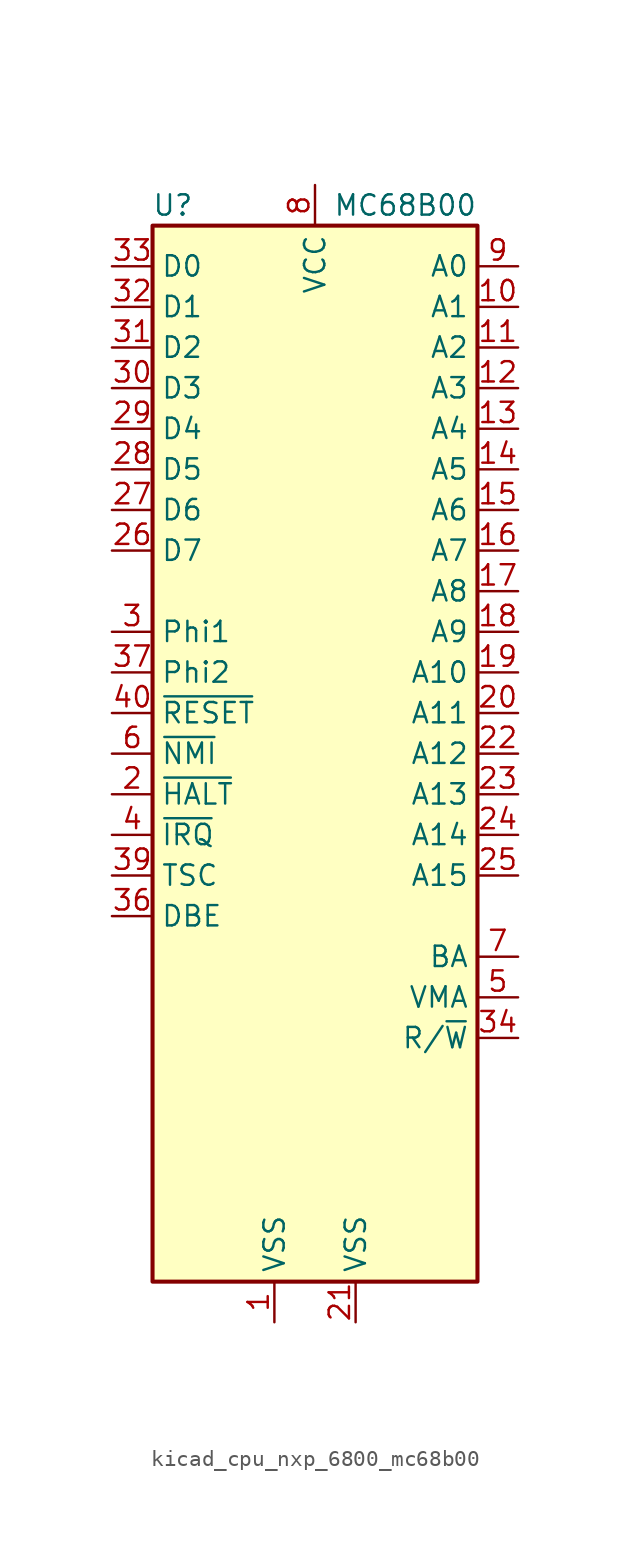
<source format=kicad_sym>
(kicad_symbol_lib
  (version 20220914)
  (generator kicad_symbol_editor)
  (symbol "kicad_cpu_nxp_6800_mc68b00"
    (property "Reference" "U"
      (at -8.89 34.29 0)
      (effects (font (size 1.27 1.27))))
    (property "Value" "MC68B00"
      (at 10.16 34.29 0)
      (effects (font (size 1.27 1.27)) (justify right)))
    (symbol "kicad_cpu_nxp_6800_mc68b00_0_1"
      (rectangle (start -10.16 -33.02) (end 10.16 33.02) (stroke (width 0.254) (type default)) (fill (type background))))
    (symbol "kicad_cpu_nxp_6800_mc68b00_1_1"
      (pin power_in line (at -2.54 -35.56 90) (length 2.54) (name "VSS" (effects (font (size 1.27 1.27)))) (number "1" (effects (font (size 1.27 1.27)))))
      (pin output line (at 12.7 27.94 180) (length 2.54) (name "A1" (effects (font (size 1.27 1.27)))) (number "10" (effects (font (size 1.27 1.27)))))
      (pin output line (at 12.7 25.4 180) (length 2.54) (name "A2" (effects (font (size 1.27 1.27)))) (number "11" (effects (font (size 1.27 1.27)))))
      (pin output line (at 12.7 22.86 180) (length 2.54) (name "A3" (effects (font (size 1.27 1.27)))) (number "12" (effects (font (size 1.27 1.27)))))
      (pin output line (at 12.7 20.32 180) (length 2.54) (name "A4" (effects (font (size 1.27 1.27)))) (number "13" (effects (font (size 1.27 1.27)))))
      (pin output line (at 12.7 17.78 180) (length 2.54) (name "A5" (effects (font (size 1.27 1.27)))) (number "14" (effects (font (size 1.27 1.27)))))
      (pin output line (at 12.7 15.24 180) (length 2.54) (name "A6" (effects (font (size 1.27 1.27)))) (number "15" (effects (font (size 1.27 1.27)))))
      (pin output line (at 12.7 12.7 180) (length 2.54) (name "A7" (effects (font (size 1.27 1.27)))) (number "16" (effects (font (size 1.27 1.27)))))
      (pin output line (at 12.7 10.16 180) (length 2.54) (name "A8" (effects (font (size 1.27 1.27)))) (number "17" (effects (font (size 1.27 1.27)))))
      (pin output line (at 12.7 7.62 180) (length 2.54) (name "A9" (effects (font (size 1.27 1.27)))) (number "18" (effects (font (size 1.27 1.27)))))
      (pin output line (at 12.7 5.08 180) (length 2.54) (name "A10" (effects (font (size 1.27 1.27)))) (number "19" (effects (font (size 1.27 1.27)))))
      (pin input line (at -12.7 -2.54 0) (length 2.54) (name "~{HALT}" (effects (font (size 1.27 1.27)))) (number "2" (effects (font (size 1.27 1.27)))))
      (pin output line (at 12.7 2.54 180) (length 2.54) (name "A11" (effects (font (size 1.27 1.27)))) (number "20" (effects (font (size 1.27 1.27)))))
      (pin power_in line (at 2.54 -35.56 90) (length 2.54) (name "VSS" (effects (font (size 1.27 1.27)))) (number "21" (effects (font (size 1.27 1.27)))))
      (pin output line (at 12.7 0 180) (length 2.54) (name "A12" (effects (font (size 1.27 1.27)))) (number "22" (effects (font (size 1.27 1.27)))))
      (pin output line (at 12.7 -2.54 180) (length 2.54) (name "A13" (effects (font (size 1.27 1.27)))) (number "23" (effects (font (size 1.27 1.27)))))
      (pin output line (at 12.7 -5.08 180) (length 2.54) (name "A14" (effects (font (size 1.27 1.27)))) (number "24" (effects (font (size 1.27 1.27)))))
      (pin output line (at 12.7 -7.62 180) (length 2.54) (name "A15" (effects (font (size 1.27 1.27)))) (number "25" (effects (font (size 1.27 1.27)))))
      (pin bidirectional line (at -12.7 12.7 0) (length 2.54) (name "D7" (effects (font (size 1.27 1.27)))) (number "26" (effects (font (size 1.27 1.27)))))
      (pin bidirectional line (at -12.7 15.24 0) (length 2.54) (name "D6" (effects (font (size 1.27 1.27)))) (number "27" (effects (font (size 1.27 1.27)))))
      (pin bidirectional line (at -12.7 17.78 0) (length 2.54) (name "D5" (effects (font (size 1.27 1.27)))) (number "28" (effects (font (size 1.27 1.27)))))
      (pin bidirectional line (at -12.7 20.32 0) (length 2.54) (name "D4" (effects (font (size 1.27 1.27)))) (number "29" (effects (font (size 1.27 1.27)))))
      (pin input line (at -12.7 7.62 0) (length 2.54) (name "Phi1" (effects (font (size 1.27 1.27)))) (number "3" (effects (font (size 1.27 1.27)))))
      (pin bidirectional line (at -12.7 22.86 0) (length 2.54) (name "D3" (effects (font (size 1.27 1.27)))) (number "30" (effects (font (size 1.27 1.27)))))
      (pin bidirectional line (at -12.7 25.4 0) (length 2.54) (name "D2" (effects (font (size 1.27 1.27)))) (number "31" (effects (font (size 1.27 1.27)))))
      (pin bidirectional line (at -12.7 27.94 0) (length 2.54) (name "D1" (effects (font (size 1.27 1.27)))) (number "32" (effects (font (size 1.27 1.27)))))
      (pin bidirectional line (at -12.7 30.48 0) (length 2.54) (name "D0" (effects (font (size 1.27 1.27)))) (number "33" (effects (font (size 1.27 1.27)))))
      (pin output line (at 12.7 -17.78 180) (length 2.54) (name "R/~{W}" (effects (font (size 1.27 1.27)))) (number "34" (effects (font (size 1.27 1.27)))))
      (pin no_connect line (at -10.16 -25.4 0) (length 2.54) hide (name "N.C." (effects (font (size 1.27 1.27)))) (number "35" (effects (font (size 1.27 1.27)))))
      (pin input line (at -12.7 -10.16 0) (length 2.54) (name "DBE" (effects (font (size 1.27 1.27)))) (number "36" (effects (font (size 1.27 1.27)))))
      (pin input line (at -12.7 5.08 0) (length 2.54) (name "Phi2" (effects (font (size 1.27 1.27)))) (number "37" (effects (font (size 1.27 1.27)))))
      (pin no_connect line (at -10.16 -22.86 0) (length 2.54) hide (name "N.C." (effects (font (size 1.27 1.27)))) (number "38" (effects (font (size 1.27 1.27)))))
      (pin input line (at -12.7 -7.62 0) (length 2.54) (name "TSC" (effects (font (size 1.27 1.27)))) (number "39" (effects (font (size 1.27 1.27)))))
      (pin input line (at -12.7 -5.08 0) (length 2.54) (name "~{IRQ}" (effects (font (size 1.27 1.27)))) (number "4" (effects (font (size 1.27 1.27)))))
      (pin input line (at -12.7 2.54 0) (length 2.54) (name "~{RESET}" (effects (font (size 1.27 1.27)))) (number "40" (effects (font (size 1.27 1.27)))))
      (pin output line (at 12.7 -15.24 180) (length 2.54) (name "VMA" (effects (font (size 1.27 1.27)))) (number "5" (effects (font (size 1.27 1.27)))))
      (pin input line (at -12.7 0 0) (length 2.54) (name "~{NMI}" (effects (font (size 1.27 1.27)))) (number "6" (effects (font (size 1.27 1.27)))))
      (pin output line (at 12.7 -12.7 180) (length 2.54) (name "BA" (effects (font (size 1.27 1.27)))) (number "7" (effects (font (size 1.27 1.27)))))
      (pin power_in line (at 0 35.56 270) (length 2.54) (name "VCC" (effects (font (size 1.27 1.27)))) (number "8" (effects (font (size 1.27 1.27)))))
      (pin output line (at 12.7 30.48 180) (length 2.54) (name "A0" (effects (font (size 1.27 1.27)))) (number "9" (effects (font (size 1.27 1.27))))))))
</source>
